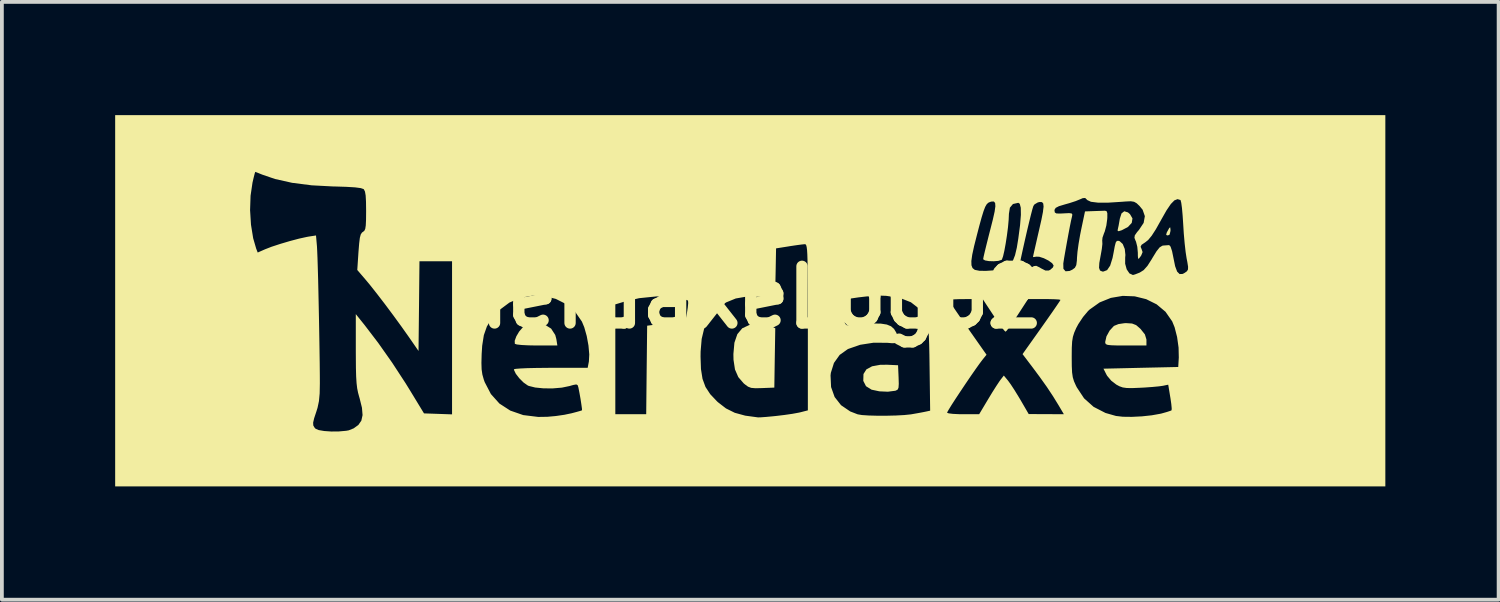
<source format=kicad_pcb>
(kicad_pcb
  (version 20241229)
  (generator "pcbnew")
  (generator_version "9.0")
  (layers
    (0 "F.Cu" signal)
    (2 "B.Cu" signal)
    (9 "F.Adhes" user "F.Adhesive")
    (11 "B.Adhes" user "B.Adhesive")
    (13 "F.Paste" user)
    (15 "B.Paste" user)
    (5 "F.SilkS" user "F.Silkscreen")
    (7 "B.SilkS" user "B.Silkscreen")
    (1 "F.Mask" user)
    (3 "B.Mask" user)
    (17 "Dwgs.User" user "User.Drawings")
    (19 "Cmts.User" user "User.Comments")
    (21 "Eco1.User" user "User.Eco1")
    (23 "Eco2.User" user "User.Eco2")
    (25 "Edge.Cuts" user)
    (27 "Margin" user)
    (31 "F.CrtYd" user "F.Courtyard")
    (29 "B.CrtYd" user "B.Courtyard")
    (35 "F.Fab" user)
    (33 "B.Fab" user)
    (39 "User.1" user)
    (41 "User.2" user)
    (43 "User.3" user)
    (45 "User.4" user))
  (footprint "nerdaxeLogo2"
    (layer "F.Cu")
    (at 16.797 4.825)
    (property "Reference" "nerdaxeLogo2" (at 0 0 0) (layer "F.SilkS") (effects (font (size 1.5 1.5) (thickness 0.3))))
    (attr board_only exclude_from_pos_files exclude_from_bom)
    (fp_poly (pts (xy 11.152 -1.793) (xy 11.152 -1.76) (xy 11.129 -1.662) (xy 11.082 -1.639) (xy 11.038 -1.652) (xy 11.05 -1.709) (xy 11.066 -1.741) (xy 11.12 -1.838) (xy 11.145 -1.854)) (stroke (width 0) (type solid)) (fill yes) (layer "F.SilkS"))
    (fp_poly (pts (xy 10.025 -2.25) (xy 10.079 -2.204) (xy 10.145 -2.09) (xy 10.126 -1.973) (xy 10.027 -1.865) (xy 9.863 -1.778) (xy 9.776 -1.751) (xy 9.75 -1.768) (xy 9.758 -1.809) (xy 9.779 -1.904) (xy 9.803 -2.041) (xy 9.81 -2.083) (xy 9.855 -2.223) (xy 9.928 -2.28)) (stroke (width 0) (type solid)) (fill yes) (layer "F.SilkS"))
    (fp_poly (pts (xy -5.421 0.721) (xy -5.251 0.828) (xy -5.142 0.996) (xy -5.113 1.104) (xy -5.086 1.275) (xy -5.636 1.275) (xy -5.851 1.271) (xy -6.031 1.262) (xy -6.157 1.248) (xy -6.212 1.231) (xy -6.212 1.231) (xy -6.216 1.151) (xy -6.173 1.033) (xy -6.098 0.906) (xy -6.006 0.799) (xy -5.985 0.781) (xy -5.843 0.707) (xy -5.654 0.683) (xy -5.639 0.683)) (stroke (width 0) (type solid)) (fill yes) (layer "F.SilkS"))
    (fp_poly (pts (xy 3.937 1.798) (xy 3.951 2.122) (xy 3.956 2.292) (xy 3.949 2.392) (xy 3.926 2.443) (xy 3.88 2.468) (xy 3.86 2.474) (xy 3.667 2.499) (xy 3.443 2.489) (xy 3.24 2.446) (xy 3.233 2.444) (xy 3.088 2.353) (xy 3.016 2.212) (xy 3.021 2.033) (xy 3.022 2.029) (xy 3.098 1.908) (xy 3.249 1.826) (xy 3.467 1.786) (xy 3.656 1.785)) (stroke (width 0) (type solid)) (fill yes) (layer "F.SilkS"))
    (fp_poly (pts (xy 0.364 0.724) (xy 0.511 0.751) (xy 0.559 0.766) (xy 0.685 0.818) (xy 0.672 1.604) (xy 0.66 2.39) (xy 0.334 2.403) (xy 0.16 2.407) (xy 0.046 2.397) (xy -0.037 2.365) (xy -0.121 2.303) (xy -0.153 2.276) (xy -0.294 2.112) (xy -0.382 1.911) (xy -0.421 1.653) (xy -0.424 1.502) (xy -0.397 1.201) (xy -0.319 0.974) (xy -0.189 0.819) (xy -0.004 0.733) (xy 0.2 0.712)) (stroke (width 0) (type solid)) (fill yes) (layer "F.SilkS"))
    (fp_poly (pts (xy 10.134 0.693) (xy 10.242 0.735) (xy 10.352 0.83) (xy 10.36 0.838) (xy 10.474 0.981) (xy 10.515 1.117) (xy 10.515 1.133) (xy 10.515 1.275) (xy 9.969 1.275) (xy 9.738 1.274) (xy 9.584 1.269) (xy 9.49 1.259) (xy 9.442 1.24) (xy 9.425 1.211) (xy 9.423 1.181) (xy 9.456 1.034) (xy 9.541 0.879) (xy 9.652 0.759) (xy 9.66 0.754) (xy 9.774 0.708) (xy 9.934 0.684) (xy 9.983 0.683)) (stroke (width 0) (type solid)) (fill yes) (layer "F.SilkS"))
    (fp_poly (pts (xy 16.842 0.091) (xy 16.842 5.007) (xy 0.023 5.007) (xy -16.797 5.007) (xy -16.797 0.091) (xy -16.797 -2.311) (xy -13.224 -2.311) (xy -13.2 -1.924) (xy -13.142 -1.565) (xy -13.063 -1.293) (xy -13.022 -1.187) (xy -12.827 -1.273) (xy -12.655 -1.34) (xy -12.426 -1.415) (xy -12.173 -1.49) (xy -11.928 -1.555) (xy -11.723 -1.6) (xy -11.668 -1.61) (xy -11.478 -1.639) (xy -11.453 -1.354) (xy -11.447 -1.241) (xy -11.439 -1.049) (xy -11.431 -0.792) (xy -11.422 -0.483) (xy -11.414 -0.134) (xy -11.406 0.241) (xy -11.398 0.629) (xy -11.391 1.019) (xy -11.385 1.396) (xy -11.38 1.747) (xy -11.377 2.061) (xy -11.376 2.276) (xy -11.381 2.543) (xy -11.4 2.748) (xy -11.437 2.923) (xy -11.468 3.023) (xy -11.527 3.201) (xy -11.554 3.317) (xy -11.55 3.393) (xy -11.516 3.451) (xy -11.49 3.479) (xy -11.408 3.515) (xy -11.26 3.54) (xy -11.072 3.553) (xy -10.871 3.551) (xy -10.68 3.534) (xy -10.612 3.522) (xy -10.48 3.469) (xy -10.357 3.38) (xy -10.356 3.379) (xy -10.277 3.265) (xy -10.245 3.118) (xy -10.261 2.924) (xy -10.324 2.669) (xy -10.333 2.64) (xy -10.364 2.526) (xy -10.388 2.407) (xy -10.404 2.269) (xy -10.415 2.094) (xy -10.421 1.868) (xy -10.423 1.575) (xy -10.424 1.394) (xy -10.424 0.444) (xy -10.191 0.734) (xy -9.832 1.204) (xy -9.462 1.729) (xy -9.104 2.277) (xy -8.974 2.488) (xy -8.618 3.073) (xy -8.247 3.086) (xy -7.875 3.099) (xy -7.875 1.736) (xy -7.097 1.736) (xy -7.092 1.907) (xy -7.072 2.044) (xy -7.035 2.176) (xy -7.01 2.246) (xy -6.846 2.561) (xy -6.62 2.813) (xy -6.333 2.999) (xy -5.99 3.118) (xy -5.593 3.167) (xy -5.349 3.163) (xy -5.128 3.143) (xy -4.9 3.11) (xy -4.83 3.095) (xy -3.551 3.095) (xy -3.142 3.095) (xy -2.733 3.095) (xy -2.721 1.923) (xy -2.717 1.57) (xy -1.294 1.57) (xy -1.283 1.898) (xy -1.242 2.158) (xy -1.163 2.373) (xy -1.037 2.565) (xy -0.857 2.755) (xy -0.833 2.777) (xy -0.621 2.941) (xy -0.388 3.057) (xy -0.11 3.133) (xy 0.228 3.179) (xy 0.301 3.177) (xy 0.441 3.167) (xy 0.622 3.15) (xy 0.719 3.14) (xy 0.934 3.114) (xy 1.141 3.084) (xy 1.304 3.054) (xy 1.345 3.045) (xy 1.548 2.993) (xy 1.548 2.069) (xy 2.149 2.069) (xy 2.163 2.375) (xy 2.257 2.639) (xy 2.427 2.856) (xy 2.669 3.021) (xy 2.867 3.098) (xy 2.98 3.117) (xy 3.161 3.129) (xy 3.386 3.135) (xy 3.633 3.135) (xy 3.879 3.129) (xy 4.101 3.117) (xy 4.276 3.099) (xy 4.305 3.094) (xy 4.47 3.065) (xy 4.524 3.055) (xy 5.235 3.055) (xy 5.277 3.072) (xy 5.39 3.086) (xy 5.555 3.094) (xy 5.66 3.095) (xy 6.085 3.095) (xy 6.324 2.695) (xy 6.435 2.512) (xy 6.539 2.348) (xy 6.62 2.226) (xy 6.651 2.183) (xy 6.738 2.071) (xy 6.85 2.206) (xy 6.923 2.307) (xy 7.023 2.46) (xy 7.133 2.639) (xy 7.179 2.716) (xy 7.397 3.091) (xy 7.862 3.093) (xy 8.328 3.095) (xy 8.188 2.858) (xy 8.039 2.616) (xy 7.878 2.373) (xy 7.686 2.104) (xy 7.501 1.855) (xy 7.281 1.565) (xy 8.536 1.565) (xy 8.536 1.593) (xy 8.538 1.825) (xy 8.546 1.991) (xy 8.564 2.115) (xy 8.596 2.222) (xy 8.647 2.336) (xy 8.67 2.382) (xy 8.863 2.674) (xy 9.116 2.9) (xy 9.431 3.062) (xy 9.708 3.141) (xy 9.889 3.162) (xy 10.128 3.165) (xy 10.393 3.152) (xy 10.654 3.124) (xy 10.878 3.084) (xy 10.918 3.075) (xy 11.056 3.036) (xy 11.153 3.004) (xy 11.181 2.991) (xy 11.184 2.939) (xy 11.173 2.823) (xy 11.15 2.664) (xy 11.146 2.642) (xy 11.092 2.313) (xy 10.952 2.342) (xy 10.845 2.357) (xy 10.676 2.373) (xy 10.472 2.388) (xy 10.356 2.394) (xy 10.141 2.403) (xy 9.994 2.401) (xy 9.888 2.386) (xy 9.8 2.355) (xy 9.718 2.311) (xy 9.583 2.207) (xy 9.475 2.079) (xy 9.457 2.048) (xy 9.377 1.889) (xy 10.367 1.866) (xy 11.357 1.844) (xy 11.372 1.593) (xy 11.366 1.33) (xy 11.327 1.051) (xy 11.261 0.793) (xy 11.197 0.636) (xy 11.02 0.382) (xy 10.785 0.185) (xy 10.508 0.048) (xy 10.204 -0.027) (xy 9.888 -0.039) (xy 9.573 0.014) (xy 9.276 0.134) (xy 9.01 0.323) (xy 8.967 0.364) (xy 8.837 0.519) (xy 8.712 0.707) (xy 8.655 0.813) (xy 8.602 0.935) (xy 8.567 1.047) (xy 8.547 1.172) (xy 8.538 1.337) (xy 8.536 1.565) (xy 7.281 1.565) (xy 7.234 1.503) (xy 7.737 0.795) (xy 7.893 0.574) (xy 8.03 0.378) (xy 8.138 0.221) (xy 8.211 0.113) (xy 8.239 0.067) (xy 8.239 0.067) (xy 8.197 0.057) (xy 8.083 0.05) (xy 7.919 0.046) (xy 7.809 0.046) (xy 7.379 0.046) (xy 7.099 0.478) (xy 6.984 0.65) (xy 6.886 0.79) (xy 6.815 0.881) (xy 6.784 0.91) (xy 6.746 0.875) (xy 6.671 0.777) (xy 6.569 0.634) (xy 6.464 0.478) (xy 6.179 0.046) (xy 5.729 0.046) (xy 5.54 0.048) (xy 5.39 0.054) (xy 5.299 0.063) (xy 5.28 0.071) (xy 5.305 0.114) (xy 5.375 0.22) (xy 5.481 0.376) (xy 5.615 0.571) (xy 5.769 0.792) (xy 5.78 0.808) (xy 6.28 1.52) (xy 6.167 1.659) (xy 6.093 1.758) (xy 5.988 1.905) (xy 5.863 2.085) (xy 5.727 2.285) (xy 5.591 2.488) (xy 5.464 2.68) (xy 5.356 2.847) (xy 5.278 2.974) (xy 5.238 3.045) (xy 5.235 3.055) (xy 4.524 3.055) (xy 4.613 3.038) (xy 4.681 3.024) (xy 4.787 3.001) (xy 4.772 1.876) (xy 4.767 1.523) (xy 4.761 1.248) (xy 4.753 1.038) (xy 4.743 0.882) (xy 4.729 0.765) (xy 4.71 0.676) (xy 4.685 0.601) (xy 4.658 0.538) (xy 4.502 0.304) (xy 4.277 0.13) (xy 3.985 0.015) (xy 3.625 -0.04) (xy 3.459 -0.046) (xy 3.29 -0.039) (xy 3.091 -0.023) (xy 2.885 0.001) (xy 2.696 0.029) (xy 2.55 0.058) (xy 2.47 0.084) (xy 2.47 0.084) (xy 2.449 0.144) (xy 2.455 0.283) (xy 2.477 0.432) (xy 2.507 0.598) (xy 2.534 0.693) (xy 2.568 0.734) (xy 2.62 0.742) (xy 2.642 0.74) (xy 2.997 0.707) (xy 3.274 0.692) (xy 3.484 0.696) (xy 3.639 0.72) (xy 3.751 0.766) (xy 3.83 0.836) (xy 3.889 0.933) (xy 3.889 0.933) (xy 3.951 1.08) (xy 3.961 1.168) (xy 3.908 1.209) (xy 3.782 1.215) (xy 3.653 1.204) (xy 3.291 1.201) (xy 2.935 1.256) (xy 2.62 1.365) (xy 2.606 1.371) (xy 2.391 1.524) (xy 2.239 1.737) (xy 2.157 1.999) (xy 2.149 2.069) (xy 1.548 2.069) (xy 1.548 0.791) (xy 1.548 0.286) (xy 1.547 -0.136) (xy 1.545 -0.481) (xy 1.543 -0.759) (xy 1.539 -0.962) (xy 5.878 -0.962) (xy 5.881 -0.849) (xy 5.909 -0.776) (xy 5.962 -0.733) (xy 5.974 -0.727) (xy 6.09 -0.704) (xy 6.262 -0.701) (xy 6.455 -0.714) (xy 6.474 -0.717) (xy 7.133 -0.717) (xy 7.133 -0.717) (xy 7.198 -0.684) (xy 7.31 -0.705) (xy 7.44 -0.772) (xy 7.532 -0.827) (xy 7.597 -0.835) (xy 7.681 -0.795) (xy 7.723 -0.769) (xy 7.838 -0.711) (xy 7.924 -0.71) (xy 7.964 -0.727) (xy 8.038 -0.792) (xy 8.057 -0.843) (xy 8.018 -0.904) (xy 7.921 -0.974) (xy 7.798 -1.036) (xy 7.677 -1.075) (xy 7.596 -1.078) (xy 7.526 -1.066) (xy 7.511 -1.071) (xy 7.52 -1.119) (xy 7.547 -1.239) (xy 7.588 -1.418) (xy 7.638 -1.638) (xy 7.671 -1.78) (xy 7.735 -2.062) (xy 7.775 -2.266) (xy 7.778 -2.299) (xy 8.08 -2.299) (xy 8.089 -2.247) (xy 8.132 -2.222) (xy 8.23 -2.219) (xy 8.325 -2.224) (xy 8.466 -2.231) (xy 8.535 -2.222) (xy 8.553 -2.19) (xy 8.542 -2.133) (xy 8.519 -2.035) (xy 8.486 -1.872) (xy 8.447 -1.666) (xy 8.406 -1.442) (xy 8.367 -1.224) (xy 8.334 -1.034) (xy 8.313 -0.898) (xy 8.313 -0.897) (xy 8.316 -0.756) (xy 8.373 -0.69) (xy 8.479 -0.699) (xy 8.552 -0.733) (xy 8.62 -0.783) (xy 8.657 -0.854) (xy 8.673 -0.975) (xy 8.676 -1.053) (xy 8.689 -1.208) (xy 8.718 -1.419) (xy 8.758 -1.652) (xy 8.786 -1.792) (xy 8.888 -2.276) (xy 9.11 -2.284) (xy 9.258 -2.289) (xy 9.378 -2.293) (xy 9.411 -2.295) (xy 9.458 -2.284) (xy 9.479 -2.231) (xy 9.479 -2.114) (xy 9.476 -2.071) (xy 9.453 -1.902) (xy 9.411 -1.744) (xy 9.391 -1.696) (xy 9.351 -1.581) (xy 9.343 -1.494) (xy 9.345 -1.487) (xy 9.348 -1.413) (xy 9.333 -1.28) (xy 9.304 -1.116) (xy 9.303 -1.113) (xy 9.267 -0.911) (xy 9.26 -0.782) (xy 9.285 -0.711) (xy 9.346 -0.684) (xy 9.375 -0.683) (xy 9.473 -0.721) (xy 9.554 -0.84) (xy 9.617 -1.042) (xy 9.644 -1.179) (xy 9.676 -1.353) (xy 9.702 -1.453) (xy 9.733 -1.496) (xy 9.776 -1.497) (xy 9.808 -1.486) (xy 9.887 -1.413) (xy 9.941 -1.281) (xy 9.958 -1.123) (xy 9.952 -1.055) (xy 9.951 -0.891) (xy 9.992 -0.742) (xy 10.065 -0.634) (xy 10.157 -0.592) (xy 10.214 -0.608) (xy 10.317 -0.648) (xy 10.339 -0.657) (xy 10.442 -0.722) (xy 10.542 -0.834) (xy 10.655 -1.011) (xy 10.674 -1.044) (xy 10.782 -1.22) (xy 10.865 -1.324) (xy 10.937 -1.368) (xy 10.959 -1.372) (xy 11.066 -1.38) (xy 11.117 -1.384) (xy 11.154 -1.343) (xy 11.194 -1.222) (xy 11.229 -1.05) (xy 11.275 -0.824) (xy 11.328 -0.682) (xy 11.393 -0.617) (xy 11.475 -0.62) (xy 11.53 -0.65) (xy 11.587 -0.691) (xy 11.615 -0.737) (xy 11.618 -0.81) (xy 11.598 -0.936) (xy 11.579 -1.032) (xy 11.553 -1.201) (xy 11.527 -1.431) (xy 11.504 -1.691) (xy 11.488 -1.948) (xy 11.473 -2.173) (xy 11.456 -2.364) (xy 11.437 -2.504) (xy 11.419 -2.574) (xy 11.416 -2.578) (xy 11.338 -2.601) (xy 11.255 -2.568) (xy 11.161 -2.472) (xy 11.048 -2.306) (xy 10.91 -2.063) (xy 10.902 -2.048) (xy 10.765 -1.804) (xy 10.654 -1.632) (xy 10.56 -1.518) (xy 10.481 -1.456) (xy 10.386 -1.392) (xy 10.36 -1.34) (xy 10.385 -1.282) (xy 10.413 -1.199) (xy 10.377 -1.11) (xy 10.363 -1.089) (xy 10.316 -1.027) (xy 10.294 -1.025) (xy 10.288 -1.096) (xy 10.287 -1.185) (xy 10.273 -1.339) (xy 10.239 -1.474) (xy 10.226 -1.502) (xy 10.197 -1.577) (xy 10.207 -1.642) (xy 10.266 -1.727) (xy 10.318 -1.787) (xy 10.441 -1.972) (xy 10.473 -2.15) (xy 10.414 -2.32) (xy 10.331 -2.421) (xy 10.256 -2.492) (xy 10.188 -2.531) (xy 10.101 -2.545) (xy 9.967 -2.539) (xy 9.865 -2.531) (xy 9.504 -2.508) (xy 9.232 -2.508) (xy 9.046 -2.531) (xy 8.947 -2.577) (xy 8.941 -2.585) (xy 8.892 -2.632) (xy 8.828 -2.627) (xy 8.756 -2.596) (xy 8.64 -2.549) (xy 8.477 -2.496) (xy 8.353 -2.461) (xy 8.197 -2.414) (xy 8.112 -2.37) (xy 8.081 -2.319) (xy 8.08 -2.299) (xy 7.778 -2.299) (xy 7.791 -2.403) (xy 7.782 -2.485) (xy 7.749 -2.522) (xy 7.69 -2.526) (xy 7.638 -2.514) (xy 7.55 -2.462) (xy 7.52 -2.418) (xy 7.494 -2.333) (xy 7.455 -2.184) (xy 7.407 -1.988) (xy 7.353 -1.762) (xy 7.298 -1.522) (xy 7.245 -1.286) (xy 7.198 -1.071) (xy 7.161 -0.893) (xy 7.138 -0.769) (xy 7.133 -0.717) (xy 6.474 -0.717) (xy 6.637 -0.741) (xy 6.776 -0.779) (xy 6.814 -0.798) (xy 6.909 -0.875) (xy 6.98 -0.975) (xy 7.035 -1.116) (xy 7.082 -1.315) (xy 7.121 -1.554) (xy 7.168 -1.912) (xy 7.19 -2.185) (xy 7.187 -2.373) (xy 7.16 -2.478) (xy 7.121 -2.504) (xy 6.98 -2.472) (xy 6.899 -2.375) (xy 6.873 -2.214) (xy 6.866 -2.053) (xy 6.848 -1.854) (xy 6.82 -1.638) (xy 6.787 -1.425) (xy 6.752 -1.234) (xy 6.718 -1.087) (xy 6.688 -1.003) (xy 6.679 -0.993) (xy 6.594 -0.966) (xy 6.472 -0.956) (xy 6.344 -0.96) (xy 6.24 -0.978) (xy 6.191 -1.009) (xy 6.191 -1.013) (xy 6.202 -1.074) (xy 6.233 -1.208) (xy 6.279 -1.396) (xy 6.336 -1.624) (xy 6.374 -1.772) (xy 6.447 -2.059) (xy 6.494 -2.269) (xy 6.514 -2.412) (xy 6.508 -2.498) (xy 6.476 -2.537) (xy 6.418 -2.538) (xy 6.375 -2.527) (xy 6.326 -2.505) (xy 6.285 -2.466) (xy 6.245 -2.397) (xy 6.202 -2.286) (xy 6.151 -2.121) (xy 6.087 -1.888) (xy 6.028 -1.661) (xy 5.951 -1.357) (xy 5.901 -1.128) (xy 5.878 -0.962) (xy 1.539 -0.962) (xy 1.539 -0.975) (xy 1.534 -1.137) (xy 1.527 -1.253) (xy 1.517 -1.331) (xy 1.505 -1.378) (xy 1.491 -1.401) (xy 1.474 -1.408) (xy 1.468 -1.408) (xy 1.386 -1.4) (xy 1.243 -1.381) (xy 1.068 -1.355) (xy 1.047 -1.351) (xy 0.706 -1.297) (xy 0.693 -0.599) (xy 0.687 -0.333) (xy 0.681 -0.145) (xy 0.671 -0.023) (xy 0.657 0.045) (xy 0.637 0.073) (xy 0.609 0.072) (xy 0.602 0.07) (xy 0.282 -0.013) (xy -0.046 -0.025) (xy -0.362 0.03) (xy -0.648 0.147) (xy -0.884 0.324) (xy -0.935 0.378) (xy -1.091 0.595) (xy -1.199 0.829) (xy -1.264 1.101) (xy -1.292 1.432) (xy -1.294 1.57) (xy -2.717 1.57) (xy -2.708 0.751) (xy -2.511 0.725) (xy -2.353 0.717) (xy -2.159 0.726) (xy -2.041 0.74) (xy -1.893 0.758) (xy -1.784 0.764) (xy -1.744 0.757) (xy -1.716 0.695) (xy -1.685 0.575) (xy -1.656 0.425) (xy -1.633 0.275) (xy -1.621 0.153) (xy -1.626 0.087) (xy -1.628 0.084) (xy -1.687 0.061) (xy -1.813 0.032) (xy -1.98 0.004) (xy -2.023 -0.003) (xy -2.459 -0.025) (xy -2.921 0.022) (xy -3.312 0.114) (xy -3.551 0.186) (xy -3.551 1.64) (xy -3.551 3.095) (xy -4.83 3.095) (xy -4.714 3.071) (xy -4.713 3.071) (xy -4.57 3.033) (xy -4.468 3.004) (xy -4.433 2.991) (xy -4.435 2.945) (xy -4.45 2.837) (xy -4.472 2.693) (xy -4.499 2.541) (xy -4.525 2.407) (xy -4.53 2.383) (xy -4.548 2.326) (xy -4.586 2.306) (xy -4.667 2.321) (xy -4.764 2.349) (xy -4.967 2.391) (xy -5.206 2.411) (xy -5.451 2.41) (xy -5.673 2.388) (xy -5.842 2.346) (xy -5.871 2.333) (xy -5.981 2.256) (xy -6.094 2.143) (xy -6.186 2.024) (xy -6.234 1.924) (xy -6.236 1.905) (xy -6.193 1.894) (xy -6.072 1.884) (xy -5.886 1.875) (xy -5.648 1.87) (xy -5.372 1.867) (xy -5.26 1.866) (xy -4.283 1.866) (xy -4.251 1.698) (xy -4.241 1.512) (xy -4.262 1.276) (xy -4.308 1.025) (xy -4.374 0.791) (xy -4.436 0.642) (xy -4.616 0.381) (xy -4.851 0.18) (xy -5.127 0.041) (xy -5.431 -0.035) (xy -5.746 -0.045) (xy -6.059 0.012) (xy -6.355 0.138) (xy -6.62 0.335) (xy -6.645 0.359) (xy -6.826 0.564) (xy -6.952 0.77) (xy -7.033 1.001) (xy -7.077 1.281) (xy -7.091 1.502) (xy -7.097 1.736) (xy -7.875 1.736) (xy -7.875 1.072) (xy -7.875 -0.956) (xy -8.307 -0.956) (xy -8.738 -0.956) (xy -8.75 0.232) (xy -8.763 1.42) (xy -9.01 1.063) (xy -9.211 0.779) (xy -9.43 0.478) (xy -9.653 0.179) (xy -9.866 -0.098) (xy -10.052 -0.333) (xy -10.162 -0.465) (xy -10.385 -0.725) (xy -10.353 -1.206) (xy -10.335 -1.428) (xy -10.317 -1.576) (xy -10.293 -1.666) (xy -10.26 -1.716) (xy -10.236 -1.733) (xy -10.199 -1.762) (xy -10.174 -1.814) (xy -10.16 -1.905) (xy -10.153 -2.052) (xy -10.151 -2.272) (xy -10.151 -2.295) (xy -10.154 -2.534) (xy -10.163 -2.698) (xy -10.181 -2.801) (xy -10.209 -2.858) (xy -10.219 -2.868) (xy -10.292 -2.893) (xy -10.443 -2.913) (xy -10.677 -2.927) (xy -10.998 -2.937) (xy -11.027 -2.937) (xy -11.593 -2.967) (xy -12.11 -3.033) (xy -12.565 -3.135) (xy -12.901 -3.25) (xy -13.012 -3.295) (xy -13.079 -3.321) (xy -13.086 -3.323) (xy -13.101 -3.282) (xy -13.128 -3.176) (xy -13.16 -3.038) (xy -13.211 -2.692) (xy -13.224 -2.311) (xy -16.797 -2.311) (xy -16.797 -4.825) (xy 0.023 -4.825) (xy 16.842 -4.825)) (stroke (width 0) (type solid)) (fill yes) (layer "F.SilkS")))
  (gr_rect
    (start -3 -3)
    (end 36.639 12.832)
    (stroke (width 0.1) (type default))
    (fill no)
    (layer "Edge.Cuts")))
</source>
